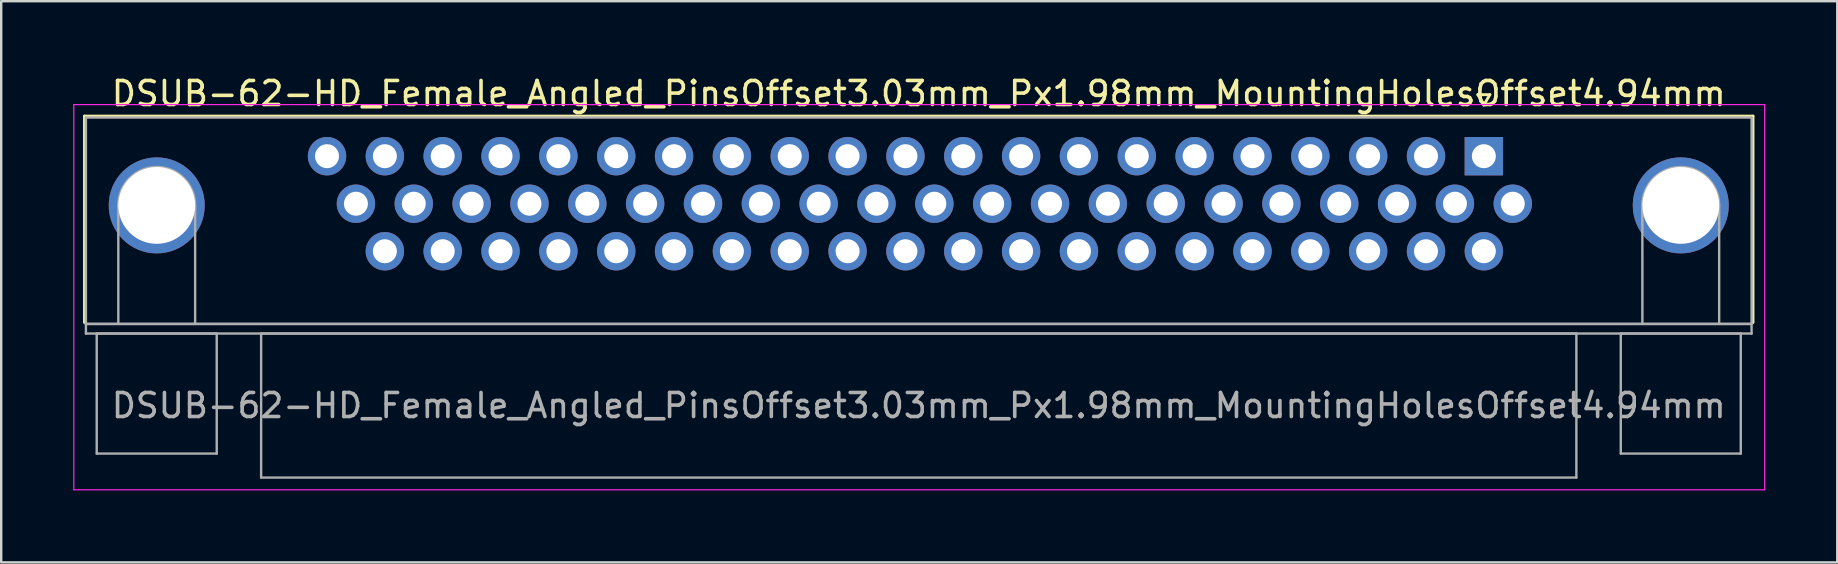
<source format=kicad_pcb>
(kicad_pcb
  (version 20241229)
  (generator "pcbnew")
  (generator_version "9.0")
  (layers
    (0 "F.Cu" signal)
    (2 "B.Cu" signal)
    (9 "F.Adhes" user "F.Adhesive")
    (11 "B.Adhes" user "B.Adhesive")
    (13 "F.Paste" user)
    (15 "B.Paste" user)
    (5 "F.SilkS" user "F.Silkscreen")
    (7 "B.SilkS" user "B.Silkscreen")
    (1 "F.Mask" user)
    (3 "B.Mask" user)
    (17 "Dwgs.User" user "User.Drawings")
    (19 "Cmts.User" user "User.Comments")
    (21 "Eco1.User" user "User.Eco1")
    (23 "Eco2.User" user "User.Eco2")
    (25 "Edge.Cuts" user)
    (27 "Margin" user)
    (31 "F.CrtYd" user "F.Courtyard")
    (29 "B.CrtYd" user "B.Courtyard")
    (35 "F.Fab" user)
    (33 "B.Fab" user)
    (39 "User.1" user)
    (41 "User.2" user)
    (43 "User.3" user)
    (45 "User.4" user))
  (footprint "DSUB-62-HD_Female_Angled_PinsOffset3.03mm_Px1.98mm_MountingHolesOffset4.94mm"
    (layer "F.Cu")
    (at 58.775 3.458)
    (property "Reference" "DSUB-62-HD_Female_Angled_PinsOffset3.03mm_Px1.98mm_MountingHolesOffset4.94mm" (at -23.545 -2.61 0) (layer "F.SilkS") (effects (font (size 1 1) (thickness 0.15))))
    (attr through_hole)
    (fp_line (start -58.305 -1.67) (end 11.215 -1.67) (stroke (width 0.12) (type solid)) (layer "F.SilkS"))
    (fp_line (start -58.305 6.93) (end -58.305 -1.67) (stroke (width 0.12) (type solid)) (layer "F.SilkS"))
    (fp_line (start -0.25 -2.564) (end 0.25 -2.564) (stroke (width 0.12) (type solid)) (layer "F.SilkS"))
    (fp_line (start 0 -2.131) (end -0.25 -2.564) (stroke (width 0.12) (type solid)) (layer "F.SilkS"))
    (fp_line (start 0.25 -2.564) (end 0 -2.131) (stroke (width 0.12) (type solid)) (layer "F.SilkS"))
    (fp_line (start 11.215 -1.67) (end 11.215 6.93) (stroke (width 0.12) (type solid)) (layer "F.SilkS"))
    (fp_line (start -58.75 -2.15) (end -58.75 13.9) (stroke (width 0.05) (type solid)) (layer "F.CrtYd"))
    (fp_line (start -58.75 13.9) (end 11.7 13.9) (stroke (width 0.05) (type solid)) (layer "F.CrtYd"))
    (fp_line (start 11.7 -2.15) (end -58.75 -2.15) (stroke (width 0.05) (type solid)) (layer "F.CrtYd"))
    (fp_line (start 11.7 13.9) (end 11.7 -2.15) (stroke (width 0.05) (type solid)) (layer "F.CrtYd"))
    (fp_line (start -58.245 -1.61) (end -58.245 6.99) (stroke (width 0.1) (type solid)) (layer "F.Fab"))
    (fp_line (start -58.245 6.99) (end -58.245 7.39) (stroke (width 0.1) (type solid)) (layer "F.Fab"))
    (fp_line (start -58.245 6.99) (end 11.155 6.99) (stroke (width 0.1) (type solid)) (layer "F.Fab"))
    (fp_line (start -58.245 7.39) (end 11.155 7.39) (stroke (width 0.1) (type solid)) (layer "F.Fab"))
    (fp_line (start -57.795 7.39) (end -57.795 12.39) (stroke (width 0.1) (type solid)) (layer "F.Fab"))
    (fp_line (start -57.795 12.39) (end -52.795 12.39) (stroke (width 0.1) (type solid)) (layer "F.Fab"))
    (fp_line (start -56.895 6.99) (end -56.895 2.05) (stroke (width 0.1) (type solid)) (layer "F.Fab"))
    (fp_line (start -53.695 6.99) (end -53.695 2.05) (stroke (width 0.1) (type solid)) (layer "F.Fab"))
    (fp_line (start -52.795 7.39) (end -57.795 7.39) (stroke (width 0.1) (type solid)) (layer "F.Fab"))
    (fp_line (start -52.795 12.39) (end -52.795 7.39) (stroke (width 0.1) (type solid)) (layer "F.Fab"))
    (fp_line (start -50.945 7.39) (end -50.945 13.39) (stroke (width 0.1) (type solid)) (layer "F.Fab"))
    (fp_line (start -50.945 13.39) (end 3.855 13.39) (stroke (width 0.1) (type solid)) (layer "F.Fab"))
    (fp_line (start 3.855 7.39) (end -50.945 7.39) (stroke (width 0.1) (type solid)) (layer "F.Fab"))
    (fp_line (start 3.855 13.39) (end 3.855 7.39) (stroke (width 0.1) (type solid)) (layer "F.Fab"))
    (fp_line (start 5.705 7.39) (end 5.705 12.39) (stroke (width 0.1) (type solid)) (layer "F.Fab"))
    (fp_line (start 5.705 12.39) (end 10.705 12.39) (stroke (width 0.1) (type solid)) (layer "F.Fab"))
    (fp_line (start 6.605 6.99) (end 6.605 2.05) (stroke (width 0.1) (type solid)) (layer "F.Fab"))
    (fp_line (start 9.805 6.99) (end 9.805 2.05) (stroke (width 0.1) (type solid)) (layer "F.Fab"))
    (fp_line (start 10.705 7.39) (end 5.705 7.39) (stroke (width 0.1) (type solid)) (layer "F.Fab"))
    (fp_line (start 10.705 12.39) (end 10.705 7.39) (stroke (width 0.1) (type solid)) (layer "F.Fab"))
    (fp_line (start 11.155 -1.61) (end -58.245 -1.61) (stroke (width 0.1) (type solid)) (layer "F.Fab"))
    (fp_line (start 11.155 6.99) (end -58.245 6.99) (stroke (width 0.1) (type solid)) (layer "F.Fab"))
    (fp_line (start 11.155 6.99) (end 11.155 -1.61) (stroke (width 0.1) (type solid)) (layer "F.Fab"))
    (fp_line (start 11.155 7.39) (end 11.155 6.99) (stroke (width 0.1) (type solid)) (layer "F.Fab"))
    (fp_arc (start -56.895 2.05) (mid -55.295 0.45) (end -53.695 2.05) (stroke (width 0.1) (type solid)) (layer "F.Fab"))
    (fp_arc (start 6.605 2.05) (mid 8.205 0.45) (end 9.805 2.05) (stroke (width 0.1) (type solid)) (layer "F.Fab"))
    (fp_text user "${REFERENCE}" (at -23.545 10.39 0) (layer "F.Fab") (effects (font (size 1 1) (thickness 0.15))))
    (pad "0" thru_hole circle (at -55.295 2.05) (size 4 4) (drill 3.2) (layers "*.Cu" "*.Mask"))
    (pad "0" thru_hole circle (at 8.205 2.05) (size 4 4) (drill 3.2) (layers "*.Cu" "*.Mask"))
    (pad "1" thru_hole rect (at 0 0) (size 1.6 1.6) (drill 1) (layers "*.Cu" "*.Mask"))
    (pad "2" thru_hole circle (at -2.41 0) (size 1.6 1.6) (drill 1) (layers "*.Cu" "*.Mask"))
    (pad "3" thru_hole circle (at -4.82 0) (size 1.6 1.6) (drill 1) (layers "*.Cu" "*.Mask"))
    (pad "4" thru_hole circle (at -7.23 0) (size 1.6 1.6) (drill 1) (layers "*.Cu" "*.Mask"))
    (pad "5" thru_hole circle (at -9.64 0) (size 1.6 1.6) (drill 1) (layers "*.Cu" "*.Mask"))
    (pad "6" thru_hole circle (at -12.05 0) (size 1.6 1.6) (drill 1) (layers "*.Cu" "*.Mask"))
    (pad "7" thru_hole circle (at -14.46 0) (size 1.6 1.6) (drill 1) (layers "*.Cu" "*.Mask"))
    (pad "8" thru_hole circle (at -16.87 0) (size 1.6 1.6) (drill 1) (layers "*.Cu" "*.Mask"))
    (pad "9" thru_hole circle (at -19.28 0) (size 1.6 1.6) (drill 1) (layers "*.Cu" "*.Mask"))
    (pad "10" thru_hole circle (at -21.69 0) (size 1.6 1.6) (drill 1) (layers "*.Cu" "*.Mask"))
    (pad "11" thru_hole circle (at -24.1 0) (size 1.6 1.6) (drill 1) (layers "*.Cu" "*.Mask"))
    (pad "12" thru_hole circle (at -26.51 0) (size 1.6 1.6) (drill 1) (layers "*.Cu" "*.Mask"))
    (pad "13" thru_hole circle (at -28.92 0) (size 1.6 1.6) (drill 1) (layers "*.Cu" "*.Mask"))
    (pad "14" thru_hole circle (at -31.33 0) (size 1.6 1.6) (drill 1) (layers "*.Cu" "*.Mask"))
    (pad "15" thru_hole circle (at -33.74 0) (size 1.6 1.6) (drill 1) (layers "*.Cu" "*.Mask"))
    (pad "16" thru_hole circle (at -36.15 0) (size 1.6 1.6) (drill 1) (layers "*.Cu" "*.Mask"))
    (pad "17" thru_hole circle (at -38.56 0) (size 1.6 1.6) (drill 1) (layers "*.Cu" "*.Mask"))
    (pad "18" thru_hole circle (at -40.97 0) (size 1.6 1.6) (drill 1) (layers "*.Cu" "*.Mask"))
    (pad "19" thru_hole circle (at -43.38 0) (size 1.6 1.6) (drill 1) (layers "*.Cu" "*.Mask"))
    (pad "20" thru_hole circle (at -45.79 0) (size 1.6 1.6) (drill 1) (layers "*.Cu" "*.Mask"))
    (pad "21" thru_hole circle (at -48.2 0) (size 1.6 1.6) (drill 1) (layers "*.Cu" "*.Mask"))
    (pad "22" thru_hole circle (at 1.205 1.98) (size 1.6 1.6) (drill 1) (layers "*.Cu" "*.Mask"))
    (pad "23" thru_hole circle (at -1.205 1.98) (size 1.6 1.6) (drill 1) (layers "*.Cu" "*.Mask"))
    (pad "24" thru_hole circle (at -3.615 1.98) (size 1.6 1.6) (drill 1) (layers "*.Cu" "*.Mask"))
    (pad "25" thru_hole circle (at -6.025 1.98) (size 1.6 1.6) (drill 1) (layers "*.Cu" "*.Mask"))
    (pad "26" thru_hole circle (at -8.435 1.98) (size 1.6 1.6) (drill 1) (layers "*.Cu" "*.Mask"))
    (pad "27" thru_hole circle (at -10.845 1.98) (size 1.6 1.6) (drill 1) (layers "*.Cu" "*.Mask"))
    (pad "28" thru_hole circle (at -13.255 1.98) (size 1.6 1.6) (drill 1) (layers "*.Cu" "*.Mask"))
    (pad "29" thru_hole circle (at -15.665 1.98) (size 1.6 1.6) (drill 1) (layers "*.Cu" "*.Mask"))
    (pad "30" thru_hole circle (at -18.075 1.98) (size 1.6 1.6) (drill 1) (layers "*.Cu" "*.Mask"))
    (pad "31" thru_hole circle (at -20.485 1.98) (size 1.6 1.6) (drill 1) (layers "*.Cu" "*.Mask"))
    (pad "32" thru_hole circle (at -22.895 1.98) (size 1.6 1.6) (drill 1) (layers "*.Cu" "*.Mask"))
    (pad "33" thru_hole circle (at -25.305 1.98) (size 1.6 1.6) (drill 1) (layers "*.Cu" "*.Mask"))
    (pad "34" thru_hole circle (at -27.715 1.98) (size 1.6 1.6) (drill 1) (layers "*.Cu" "*.Mask"))
    (pad "35" thru_hole circle (at -30.125 1.98) (size 1.6 1.6) (drill 1) (layers "*.Cu" "*.Mask"))
    (pad "36" thru_hole circle (at -32.535 1.98) (size 1.6 1.6) (drill 1) (layers "*.Cu" "*.Mask"))
    (pad "37" thru_hole circle (at -34.945 1.98) (size 1.6 1.6) (drill 1) (layers "*.Cu" "*.Mask"))
    (pad "38" thru_hole circle (at -37.355 1.98) (size 1.6 1.6) (drill 1) (layers "*.Cu" "*.Mask"))
    (pad "39" thru_hole circle (at -39.765 1.98) (size 1.6 1.6) (drill 1) (layers "*.Cu" "*.Mask"))
    (pad "40" thru_hole circle (at -42.175 1.98) (size 1.6 1.6) (drill 1) (layers "*.Cu" "*.Mask"))
    (pad "41" thru_hole circle (at -44.585 1.98) (size 1.6 1.6) (drill 1) (layers "*.Cu" "*.Mask"))
    (pad "42" thru_hole circle (at -46.995 1.98) (size 1.6 1.6) (drill 1) (layers "*.Cu" "*.Mask"))
    (pad "43" thru_hole circle (at 0 3.96) (size 1.6 1.6) (drill 1) (layers "*.Cu" "*.Mask"))
    (pad "44" thru_hole circle (at -2.41 3.96) (size 1.6 1.6) (drill 1) (layers "*.Cu" "*.Mask"))
    (pad "45" thru_hole circle (at -4.82 3.96) (size 1.6 1.6) (drill 1) (layers "*.Cu" "*.Mask"))
    (pad "46" thru_hole circle (at -7.23 3.96) (size 1.6 1.6) (drill 1) (layers "*.Cu" "*.Mask"))
    (pad "47" thru_hole circle (at -9.64 3.96) (size 1.6 1.6) (drill 1) (layers "*.Cu" "*.Mask"))
    (pad "48" thru_hole circle (at -12.05 3.96) (size 1.6 1.6) (drill 1) (layers "*.Cu" "*.Mask"))
    (pad "49" thru_hole circle (at -14.46 3.96) (size 1.6 1.6) (drill 1) (layers "*.Cu" "*.Mask"))
    (pad "50" thru_hole circle (at -16.87 3.96) (size 1.6 1.6) (drill 1) (layers "*.Cu" "*.Mask"))
    (pad "51" thru_hole circle (at -19.28 3.96) (size 1.6 1.6) (drill 1) (layers "*.Cu" "*.Mask"))
    (pad "52" thru_hole circle (at -21.69 3.96) (size 1.6 1.6) (drill 1) (layers "*.Cu" "*.Mask"))
    (pad "53" thru_hole circle (at -24.1 3.96) (size 1.6 1.6) (drill 1) (layers "*.Cu" "*.Mask"))
    (pad "54" thru_hole circle (at -26.51 3.96) (size 1.6 1.6) (drill 1) (layers "*.Cu" "*.Mask"))
    (pad "55" thru_hole circle (at -28.92 3.96) (size 1.6 1.6) (drill 1) (layers "*.Cu" "*.Mask"))
    (pad "56" thru_hole circle (at -31.33 3.96) (size 1.6 1.6) (drill 1) (layers "*.Cu" "*.Mask"))
    (pad "57" thru_hole circle (at -33.74 3.96) (size 1.6 1.6) (drill 1) (layers "*.Cu" "*.Mask"))
    (pad "58" thru_hole circle (at -36.15 3.96) (size 1.6 1.6) (drill 1) (layers "*.Cu" "*.Mask"))
    (pad "59" thru_hole circle (at -38.56 3.96) (size 1.6 1.6) (drill 1) (layers "*.Cu" "*.Mask"))
    (pad "60" thru_hole circle (at -40.97 3.96) (size 1.6 1.6) (drill 1) (layers "*.Cu" "*.Mask"))
    (pad "61" thru_hole circle (at -43.38 3.96) (size 1.6 1.6) (drill 1) (layers "*.Cu" "*.Mask"))
    (pad "62" thru_hole circle (at -45.79 3.96) (size 1.6 1.6) (drill 1) (layers "*.Cu" "*.Mask")))
  (gr_rect
    (start -3 -3)
    (end 73.5 20.383)
    (stroke (width 0.1) (type default))
    (fill no)
    (layer "Edge.Cuts")))
</source>
